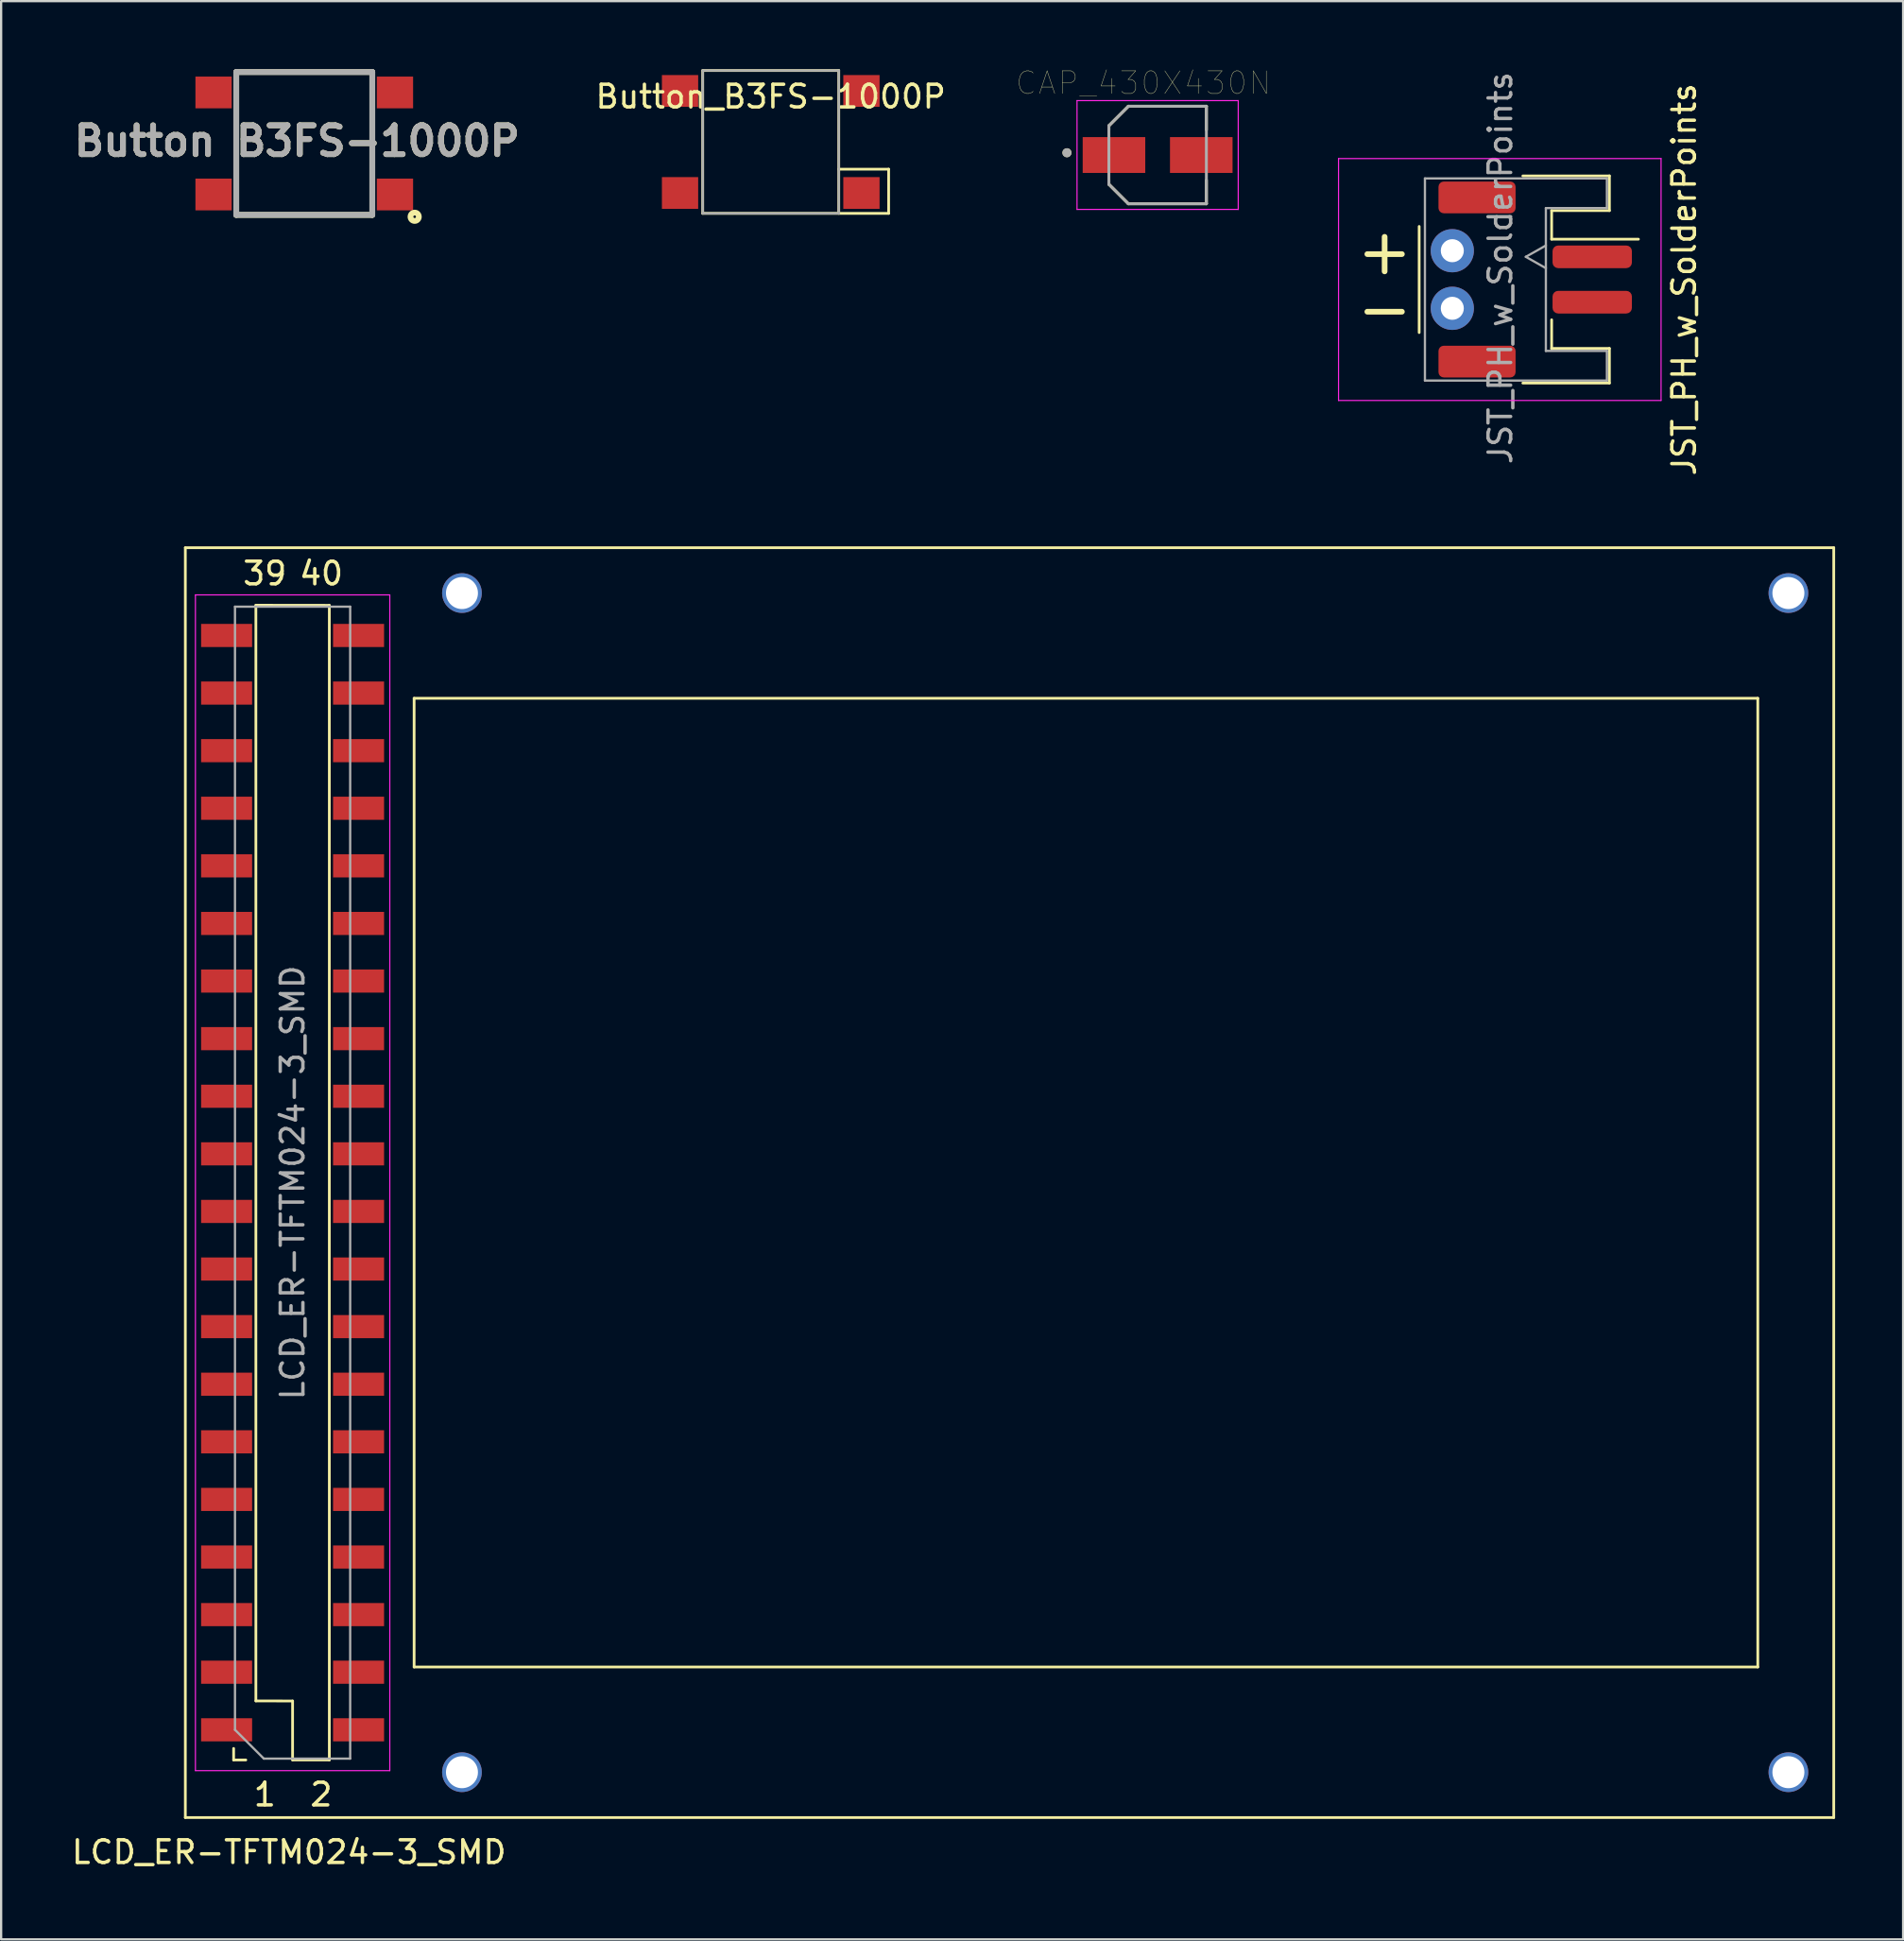
<source format=kicad_pcb>
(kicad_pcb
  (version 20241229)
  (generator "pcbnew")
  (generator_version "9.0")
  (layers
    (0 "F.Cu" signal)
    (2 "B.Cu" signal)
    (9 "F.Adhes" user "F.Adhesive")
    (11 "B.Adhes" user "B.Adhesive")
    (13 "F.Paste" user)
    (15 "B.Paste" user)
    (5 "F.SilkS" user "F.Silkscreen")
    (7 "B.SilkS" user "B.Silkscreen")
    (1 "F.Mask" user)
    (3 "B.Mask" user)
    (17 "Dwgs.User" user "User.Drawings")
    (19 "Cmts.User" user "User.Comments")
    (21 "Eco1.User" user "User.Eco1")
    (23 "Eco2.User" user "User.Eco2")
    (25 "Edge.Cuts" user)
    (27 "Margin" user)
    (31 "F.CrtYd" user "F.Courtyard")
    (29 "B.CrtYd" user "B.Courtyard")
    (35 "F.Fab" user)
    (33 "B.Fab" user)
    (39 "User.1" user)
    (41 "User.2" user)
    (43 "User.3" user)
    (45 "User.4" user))
  (footprint "Button B3FS-1000P"
    (layer "F.Cu")
    (at 10.369 3.277)
    (property "Reference" "Button B3FS-1000P" (at -0.318 -0.105 0) (layer "F.SilkS") (effects (font (size 1.27 1.27) (thickness 0.254))))
    (attr smd)
    (fp_line (start -3 -3.15) (end 3 -3.15) (stroke (width 0.254) (type solid)) (layer "F.SilkS"))
    (fp_line (start -3 3.15) (end -3 -3.15) (stroke (width 0.254) (type solid)) (layer "F.SilkS"))
    (fp_line (start 3 -3.15) (end 3 3.15) (stroke (width 0.254) (type solid)) (layer "F.SilkS"))
    (fp_line (start 3 3.15) (end -3 3.15) (stroke (width 0.254) (type solid)) (layer "F.SilkS"))
    (fp_circle (center 4.869 3.232) (end 4.869 3.289) (stroke (width 0.254) (type solid)) (fill no) (layer "F.SilkS"))
    (fp_line (start -3 -3.15) (end 3 -3.15) (stroke (width 0.254) (type solid)) (layer "F.Fab"))
    (fp_line (start -3 3.15) (end -3 -3.15) (stroke (width 0.254) (type solid)) (layer "F.Fab"))
    (fp_line (start 3 -3.15) (end 3 3.15) (stroke (width 0.254) (type solid)) (layer "F.Fab"))
    (fp_line (start 3 3.15) (end -3 3.15) (stroke (width 0.254) (type solid)) (layer "F.Fab"))
    (fp_text user "${REFERENCE}" (at -0.318 -0.105 0) (layer "F.Fab") (effects (font (size 1.27 1.27) (thickness 0.254))))
    (pad "1" smd rect (at 4 2.25 90) (size 1.4 1.6) (layers "F.Cu" "F.Mask" "F.Paste"))
    (pad "2" smd rect (at -4 2.25 90) (size 1.4 1.6) (layers "F.Cu" "F.Mask" "F.Paste"))
    (pad "3" smd rect (at 4 -2.25 90) (size 1.4 1.6) (layers "F.Cu" "F.Mask" "F.Paste"))
    (pad "4" smd rect (at -4 -2.25 90) (size 1.4 1.6) (layers "F.Cu" "F.Mask" "F.Paste")))
  (footprint "LCD_ER-TFTM024-3_SMD"
    (layer "F.Cu")
    (at 5.124 77.104)
    (property "Reference" "LCD_ER-TFTM024-3_SMD" (at 4.572 1.524 0) (layer "F.SilkS") (effects (font (size 1 1) (thickness 0.15))))
    (attr smd)
    (fp_line (start 0 -56) (end 72.7 -56) (stroke (width 0.12) (type solid)) (layer "F.SilkS"))
    (fp_line (start 0 0) (end 0 -56) (stroke (width 0.12) (type solid)) (layer "F.SilkS"))
    (fp_line (start 2.13 -3.048) (end 2.13 -2.54) (stroke (width 0.12) (type solid)) (layer "F.SilkS"))
    (fp_line (start 2.13 -2.54) (end 2.667 -2.54) (stroke (width 0.12) (type solid)) (layer "F.SilkS"))
    (fp_line (start 3.111 -53.464) (end 6.35 -53.46) (stroke (width 0.12) (type solid)) (layer "F.SilkS"))
    (fp_line (start 3.111 -5.144) (end 3.111 -53.464) (stroke (width 0.12) (type solid)) (layer "F.SilkS"))
    (fp_line (start 3.111 -5.144) (end 4.73 -5.14) (stroke (width 0.12) (type solid)) (layer "F.SilkS"))
    (fp_line (start 4.73 -5.14) (end 4.73 -2.54) (stroke (width 0.12) (type solid)) (layer "F.SilkS"))
    (fp_line (start 4.73 -2.54) (end 6.35 -2.54) (stroke (width 0.12) (type solid)) (layer "F.SilkS"))
    (fp_line (start 6.35 -2.54) (end 6.35 -53.46) (stroke (width 0.12) (type solid)) (layer "F.SilkS"))
    (fp_line (start 10.09 -49.36) (end 10.09 -6.64) (stroke (width 0.12) (type solid)) (layer "F.SilkS"))
    (fp_line (start 10.09 -6.64) (end 69.35 -6.64) (stroke (width 0.12) (type solid)) (layer "F.SilkS"))
    (fp_line (start 69.35 -49.36) (end 10.09 -49.36) (stroke (width 0.12) (type solid)) (layer "F.SilkS"))
    (fp_line (start 69.35 -49.36) (end 69.35 -6.64) (stroke (width 0.12) (type solid)) (layer "F.SilkS"))
    (fp_line (start 72.7 -56) (end 72.7 0) (stroke (width 0.12) (type solid)) (layer "F.SilkS"))
    (fp_line (start 72.7 0) (end 0 0) (stroke (width 0.12) (type solid)) (layer "F.SilkS"))
    (fp_line (start 0.445 -53.92) (end 9.017 -53.92) (stroke (width 0.05) (type solid)) (layer "F.CrtYd"))
    (fp_line (start 0.445 -2.07) (end 0.445 -53.92) (stroke (width 0.05) (type solid)) (layer "F.CrtYd"))
    (fp_line (start 9.017 -53.92) (end 9.017 -2.07) (stroke (width 0.05) (type solid)) (layer "F.CrtYd"))
    (fp_line (start 9.017 -2.07) (end 0.445 -2.07) (stroke (width 0.05) (type solid)) (layer "F.CrtYd"))
    (fp_line (start 2.19 -53.4) (end 2.19 -3.87) (stroke (width 0.1) (type solid)) (layer "F.Fab"))
    (fp_line (start 2.19 -3.87) (end 3.46 -2.6) (stroke (width 0.1) (type solid)) (layer "F.Fab"))
    (fp_line (start 3.46 -2.6) (end 7.27 -2.6) (stroke (width 0.1) (type solid)) (layer "F.Fab"))
    (fp_line (start 7.27 -53.4) (end 2.19 -53.4) (stroke (width 0.1) (type solid)) (layer "F.Fab"))
    (fp_line (start 7.27 -2.6) (end 7.27 -53.4) (stroke (width 0.1) (type solid)) (layer "F.Fab"))
    (fp_text user "40" (at 5.994 -54.864 0) (layer "F.SilkS") (effects (font (size 1 1) (thickness 0.15))))
    (fp_text user "39" (at 3.505 -54.864 0) (layer "F.SilkS") (effects (font (size 1 1) (thickness 0.15))))
    (fp_text user "1" (at 3.505 -1.016 0) (layer "F.SilkS") (effects (font (size 1 1) (thickness 0.15))))
    (fp_text user "2" (at 5.994 -1.016 0) (layer "F.SilkS") (effects (font (size 1 1) (thickness 0.15))))
    (fp_text user "${REFERENCE}" (at 4.73 -28 90) (layer "F.Fab") (effects (font (size 1 1) (thickness 0.15))))
    (pad "" np_thru_hole circle (at 12.2 -54) (size 1.75 1.75) (drill 1.41) (layers "*.Cu" "*.Mask"))
    (pad "" np_thru_hole circle (at 12.2 -2) (size 1.75 1.75) (drill 1.41) (layers "*.Cu" "*.Mask"))
    (pad "" np_thru_hole circle (at 70.7 -54) (size 1.75 1.75) (drill 1.41) (layers "*.Cu" "*.Mask"))
    (pad "" np_thru_hole circle (at 70.7 -2) (size 1.75 1.75) (drill 1.41) (layers "*.Cu" "*.Mask"))
    (pad "1" smd rect (at 1.82 -3.87 180) (size 2.25 1.02) (layers "F.Cu" "F.Mask" "F.Paste"))
    (pad "2" smd rect (at 7.64 -3.87 180) (size 2.25 1.02) (layers "F.Cu" "F.Mask" "F.Paste"))
    (pad "3" smd rect (at 1.82 -6.41 180) (size 2.25 1.02) (layers "F.Cu" "F.Mask" "F.Paste"))
    (pad "4" smd rect (at 7.64 -6.41 180) (size 2.25 1.02) (layers "F.Cu" "F.Mask" "F.Paste"))
    (pad "5" smd rect (at 1.82 -8.95 180) (size 2.25 1.02) (layers "F.Cu" "F.Mask" "F.Paste"))
    (pad "6" smd rect (at 7.64 -8.95 180) (size 2.25 1.02) (layers "F.Cu" "F.Mask" "F.Paste"))
    (pad "7" smd rect (at 1.82 -11.49 180) (size 2.25 1.02) (layers "F.Cu" "F.Mask" "F.Paste"))
    (pad "8" smd rect (at 7.64 -11.49 180) (size 2.25 1.02) (layers "F.Cu" "F.Mask" "F.Paste"))
    (pad "9" smd rect (at 1.82 -14.03 180) (size 2.25 1.02) (layers "F.Cu" "F.Mask" "F.Paste"))
    (pad "10" smd rect (at 7.64 -14.03 180) (size 2.25 1.02) (layers "F.Cu" "F.Mask" "F.Paste"))
    (pad "11" smd rect (at 1.82 -16.57 180) (size 2.25 1.02) (layers "F.Cu" "F.Mask" "F.Paste"))
    (pad "12" smd rect (at 7.64 -16.57 180) (size 2.25 1.02) (layers "F.Cu" "F.Mask" "F.Paste"))
    (pad "13" smd rect (at 1.82 -19.11 180) (size 2.25 1.02) (layers "F.Cu" "F.Mask" "F.Paste"))
    (pad "14" smd rect (at 7.64 -19.11 180) (size 2.25 1.02) (layers "F.Cu" "F.Mask" "F.Paste"))
    (pad "15" smd rect (at 1.82 -21.65 180) (size 2.25 1.02) (layers "F.Cu" "F.Mask" "F.Paste"))
    (pad "16" smd rect (at 7.64 -21.65 180) (size 2.25 1.02) (layers "F.Cu" "F.Mask" "F.Paste"))
    (pad "17" smd rect (at 1.82 -24.19 180) (size 2.25 1.02) (layers "F.Cu" "F.Mask" "F.Paste"))
    (pad "18" smd rect (at 7.64 -24.19 180) (size 2.25 1.02) (layers "F.Cu" "F.Mask" "F.Paste"))
    (pad "19" smd rect (at 1.82 -26.73 180) (size 2.25 1.02) (layers "F.Cu" "F.Mask" "F.Paste"))
    (pad "20" smd rect (at 7.64 -26.73 180) (size 2.25 1.02) (layers "F.Cu" "F.Mask" "F.Paste"))
    (pad "21" smd rect (at 1.82 -29.27 180) (size 2.25 1.02) (layers "F.Cu" "F.Mask" "F.Paste"))
    (pad "22" smd rect (at 7.64 -29.27 180) (size 2.25 1.02) (layers "F.Cu" "F.Mask" "F.Paste"))
    (pad "23" smd rect (at 1.82 -31.81 180) (size 2.25 1.02) (layers "F.Cu" "F.Mask" "F.Paste"))
    (pad "24" smd rect (at 7.64 -31.81 180) (size 2.25 1.02) (layers "F.Cu" "F.Mask" "F.Paste"))
    (pad "25" smd rect (at 1.82 -34.35 180) (size 2.25 1.02) (layers "F.Cu" "F.Mask" "F.Paste"))
    (pad "26" smd rect (at 7.64 -34.35 180) (size 2.25 1.02) (layers "F.Cu" "F.Mask" "F.Paste"))
    (pad "27" smd rect (at 1.82 -36.89 180) (size 2.25 1.02) (layers "F.Cu" "F.Mask" "F.Paste"))
    (pad "28" smd rect (at 7.64 -36.89 180) (size 2.25 1.02) (layers "F.Cu" "F.Mask" "F.Paste"))
    (pad "29" smd rect (at 1.82 -39.43 180) (size 2.25 1.02) (layers "F.Cu" "F.Mask" "F.Paste"))
    (pad "30" smd rect (at 7.64 -39.43 180) (size 2.25 1.02) (layers "F.Cu" "F.Mask" "F.Paste"))
    (pad "31" smd rect (at 1.82 -41.97 180) (size 2.25 1.02) (layers "F.Cu" "F.Mask" "F.Paste"))
    (pad "32" smd rect (at 7.64 -41.97 180) (size 2.25 1.02) (layers "F.Cu" "F.Mask" "F.Paste"))
    (pad "33" smd rect (at 1.82 -44.51 180) (size 2.25 1.02) (layers "F.Cu" "F.Mask" "F.Paste"))
    (pad "34" smd rect (at 7.64 -44.51 180) (size 2.25 1.02) (layers "F.Cu" "F.Mask" "F.Paste"))
    (pad "35" smd rect (at 1.82 -47.05 180) (size 2.25 1.02) (layers "F.Cu" "F.Mask" "F.Paste"))
    (pad "36" smd rect (at 7.64 -47.05 180) (size 2.25 1.02) (layers "F.Cu" "F.Mask" "F.Paste"))
    (pad "37" smd rect (at 1.82 -49.59 180) (size 2.25 1.02) (layers "F.Cu" "F.Mask" "F.Paste"))
    (pad "38" smd rect (at 7.64 -49.59 180) (size 2.25 1.02) (layers "F.Cu" "F.Mask" "F.Paste"))
    (pad "39" smd rect (at 1.82 -52.13 180) (size 2.25 1.02) (layers "F.Cu" "F.Mask" "F.Paste"))
    (pad "40" smd rect (at 7.64 -52.13 180) (size 2.25 1.02) (layers "F.Cu" "F.Mask" "F.Paste")))
  (footprint "Button_B3FS-1000P"
    (layer "F.Cu")
    (at 30.942 3.21)
    (property "Reference" "Button_B3FS-1000P" (at 0 -2 0) (layer "F.SilkS") (effects (font (size 1 1) (thickness 0.15))))
    (attr smd)
    (fp_line (start -3 -3.15) (end 3 -3.15) (stroke (width 0.12) (type solid)) (layer "F.SilkS"))
    (fp_line (start -3 3.15) (end -3 -3.15) (stroke (width 0.12) (type solid)) (layer "F.SilkS"))
    (fp_line (start 3 -3.15) (end 3 3.15) (stroke (width 0.12) (type solid)) (layer "F.SilkS"))
    (fp_line (start 3 1.2) (end 5.2 1.2) (stroke (width 0.12) (type solid)) (layer "F.SilkS"))
    (fp_line (start 5.2 1.2) (end 5.2 3.15) (stroke (width 0.12) (type solid)) (layer "F.SilkS"))
    (fp_line (start 5.2 3.15) (end -3 3.15) (stroke (width 0.12) (type solid)) (layer "F.SilkS"))
    (fp_line (start -3 -3.15) (end 3 -3.15) (stroke (width 0.1) (type solid)) (layer "F.Fab"))
    (fp_line (start -3 3.15) (end -3 -3.15) (stroke (width 0.1) (type solid)) (layer "F.Fab"))
    (fp_line (start 3 -3.15) (end 3 3.15) (stroke (width 0.1) (type solid)) (layer "F.Fab"))
    (fp_line (start 3 3.15) (end -3 3.15) (stroke (width 0.1) (type solid)) (layer "F.Fab"))
    (pad "1" smd rect (at 4 2.25 90) (size 1.4 1.6) (layers "F.Cu" "F.Mask" "F.Paste"))
    (pad "2" smd rect (at -4 2.25 90) (size 1.4 1.6) (layers "F.Cu" "F.Mask" "F.Paste"))
    (pad "3" smd rect (at 4 -2.25 90) (size 1.4 1.6) (layers "F.Cu" "F.Mask" "F.Paste"))
    (pad "4" smd rect (at -4 -2.25 90) (size 1.4 1.6) (layers "F.Cu" "F.Mask" "F.Paste")))
  (footprint "JST_PH_w_SolderPoints"
    (layer "F.Cu")
    (at 64.112 9.276)
    (property "Reference" "JST_PH_w_SolderPoints" (at 7.112 0 270) (layer "F.SilkS") (effects (font (size 1 1) (thickness 0.15))))
    (attr smd)
    (fp_line (start -4.572 -2.34) (end -4.572 2.34) (stroke (width 0.12) (type solid)) (layer "F.SilkS"))
    (fp_line (start 0 -4.568) (end 3.818 -4.568) (stroke (width 0.12) (type solid)) (layer "F.SilkS"))
    (fp_line (start 0 4.568) (end 3.818 4.568) (stroke (width 0.12) (type solid)) (layer "F.SilkS"))
    (fp_line (start 1.27 -3.04) (end 1.27 -1.778) (stroke (width 0.12) (type solid)) (layer "F.SilkS"))
    (fp_line (start 1.27 -1.778) (end 5.097 -1.778) (stroke (width 0.12) (type solid)) (layer "F.SilkS"))
    (fp_line (start 1.27 3.058) (end 1.27 1.778) (stroke (width 0.12) (type solid)) (layer "F.SilkS"))
    (fp_line (start 3.818 -4.572) (end 3.818 -3.04) (stroke (width 0.12) (type solid)) (layer "F.SilkS"))
    (fp_line (start 3.818 -3.04) (end 1.27 -3.04) (stroke (width 0.12) (type solid)) (layer "F.SilkS"))
    (fp_line (start 3.818 3.04) (end 1.27 3.04) (stroke (width 0.12) (type solid)) (layer "F.SilkS"))
    (fp_line (start 3.818 4.568) (end 3.818 3.04) (stroke (width 0.12) (type solid)) (layer "F.SilkS"))
    (fp_line (start -8.128 -5.334) (end -8.128 5.334) (stroke (width 0.05) (type solid)) (layer "F.CrtYd"))
    (fp_line (start -8.128 5.334) (end 6.096 5.334) (stroke (width 0.05) (type solid)) (layer "F.CrtYd"))
    (fp_line (start 6.096 -5.334) (end -8.128 -5.334) (stroke (width 0.05) (type solid)) (layer "F.CrtYd"))
    (fp_line (start 6.096 5.334) (end 6.096 -5.334) (stroke (width 0.05) (type solid)) (layer "F.CrtYd"))
    (fp_line (start -4.318 -4.458) (end -4.318 4.458) (stroke (width 0.1) (type solid)) (layer "F.Fab"))
    (fp_line (start 0.131 -1) (end 1.016 -0.5) (stroke (width 0.1) (type solid)) (layer "F.Fab"))
    (fp_line (start 1.016 -3.15) (end 1.016 3.15) (stroke (width 0.1) (type solid)) (layer "F.Fab"))
    (fp_line (start 1.016 -1.5) (end 0.131 -1) (stroke (width 0.1) (type solid)) (layer "F.Fab"))
    (fp_line (start 1.016 3.15) (end 3.708 3.15) (stroke (width 0.1) (type solid)) (layer "F.Fab"))
    (fp_line (start 3.708 -4.458) (end -4.318 -4.458) (stroke (width 0.1) (type solid)) (layer "F.Fab"))
    (fp_line (start 3.708 -4.458) (end 3.708 -3.15) (stroke (width 0.1) (type solid)) (layer "F.Fab"))
    (fp_line (start 3.708 -3.15) (end 1.016 -3.15) (stroke (width 0.1) (type solid)) (layer "F.Fab"))
    (fp_line (start 3.708 3.15) (end 3.708 4.458) (stroke (width 0.1) (type solid)) (layer "F.Fab"))
    (fp_line (start 3.708 4.458) (end -4.318 4.458) (stroke (width 0.1) (type solid)) (layer "F.Fab"))
    (fp_text user "-" (at -6.096 1.27 0) (layer "F.SilkS") (effects (font (size 2 2) (thickness 0.25))))
    (fp_text user "+" (at -6.096 -1.27 0) (layer "F.SilkS") (effects (font (size 2 2) (thickness 0.25))))
    (fp_text user "${REFERENCE}" (at -0.992 -0.508 270) (layer "F.Fab") (effects (font (size 1 1) (thickness 0.15))))
    (pad "1" smd roundrect (at 3.06 -1 270) (size 1 3.5) (layers "F.Cu" "F.Mask" "F.Paste") (roundrect_rratio 0.25))
    (pad "2" smd roundrect (at 3.06 1 270) (size 1 3.5) (layers "F.Cu" "F.Mask" "F.Paste") (roundrect_rratio 0.25))
    (pad "3" thru_hole circle (at -3.111 1.27 270) (size 1.905 1.905) (drill 1.016) (layers "*.Cu" "*.Mask"))
    (pad "4" thru_hole circle (at -3.111 -1.27 270) (size 1.905 1.905) (drill 1.016) (layers "*.Cu" "*.Mask"))
    (pad "MP" smd roundrect (at -2.02 -3.62 270) (size 1.4 3.4) (layers "F.Cu" "F.Mask" "F.Paste") (roundrect_rratio 0.167))
    (pad "MP" smd roundrect (at -2.02 3.62 270) (size 1.4 3.4) (layers "F.Cu" "F.Mask" "F.Paste") (roundrect_rratio 0.167)))
  (footprint "CAP_430X430N"
    (layer "F.Cu")
    (at 48.005 3.786)
    (property "Reference" "CAP_430X430N" (at -0.635 -3.175 0) (layer "F.SilkS") (effects (font (size 1 1) (thickness 0.015))))
    (attr through_hole)
    (fp_line (start -2.15 -1.29) (end -1.29 -2.15) (stroke (width 0.127) (type solid)) (layer "F.SilkS"))
    (fp_line (start -2.15 -1.11) (end -2.15 -1.29) (stroke (width 0.127) (type solid)) (layer "F.SilkS"))
    (fp_line (start -2.15 1.29) (end -2.15 1.11) (stroke (width 0.127) (type solid)) (layer "F.SilkS"))
    (fp_line (start -1.29 -2.15) (end 2.15 -2.15) (stroke (width 0.127) (type solid)) (layer "F.SilkS"))
    (fp_line (start -1.29 2.15) (end -2.15 1.29) (stroke (width 0.127) (type solid)) (layer "F.SilkS"))
    (fp_line (start 2.15 -2.15) (end 2.15 -1.11) (stroke (width 0.127) (type solid)) (layer "F.SilkS"))
    (fp_line (start 2.15 1.11) (end 2.15 2.15) (stroke (width 0.127) (type solid)) (layer "F.SilkS"))
    (fp_line (start 2.15 2.15) (end -1.29 2.15) (stroke (width 0.127) (type solid)) (layer "F.SilkS"))
    (fp_circle (center -4 -0.1) (end -3.9 -0.1) (stroke (width 0.2) (type solid)) (fill no) (layer "F.SilkS"))
    (fp_line (start -3.555 -2.4) (end 3.555 -2.4) (stroke (width 0.05) (type solid)) (layer "F.CrtYd"))
    (fp_line (start -3.555 2.4) (end -3.555 -2.4) (stroke (width 0.05) (type solid)) (layer "F.CrtYd"))
    (fp_line (start 3.555 -2.4) (end 3.555 2.4) (stroke (width 0.05) (type solid)) (layer "F.CrtYd"))
    (fp_line (start 3.555 2.4) (end -3.555 2.4) (stroke (width 0.05) (type solid)) (layer "F.CrtYd"))
    (fp_line (start -2.15 -1.29) (end -2.15 1.29) (stroke (width 0.127) (type solid)) (layer "F.Fab"))
    (fp_line (start -1.29 -2.15) (end -2.15 -1.29) (stroke (width 0.127) (type solid)) (layer "F.Fab"))
    (fp_line (start -1.29 -2.15) (end 2.15 -2.15) (stroke (width 0.127) (type solid)) (layer "F.Fab"))
    (fp_line (start -1.29 2.15) (end -2.15 1.29) (stroke (width 0.127) (type solid)) (layer "F.Fab"))
    (fp_line (start 2.15 -2.15) (end 2.15 2.15) (stroke (width 0.127) (type solid)) (layer "F.Fab"))
    (fp_line (start 2.15 2.15) (end -1.29 2.15) (stroke (width 0.127) (type solid)) (layer "F.Fab"))
    (fp_circle (center -4 -0.1) (end -3.9 -0.1) (stroke (width 0.2) (type solid)) (fill no) (layer "F.Fab"))
    (pad "1" smd rect (at -1.925 0) (size 2.76 1.58) (layers "F.Cu" "F.Mask" "F.Paste"))
    (pad "2" smd rect (at 1.925 0) (size 2.76 1.58) (layers "F.Cu" "F.Mask" "F.Paste")))
  (gr_rect
    (start -3 -3)
    (end 80.884 82.476)
    (stroke (width 0.1) (type default))
    (fill no)
    (layer "Edge.Cuts")))
</source>
